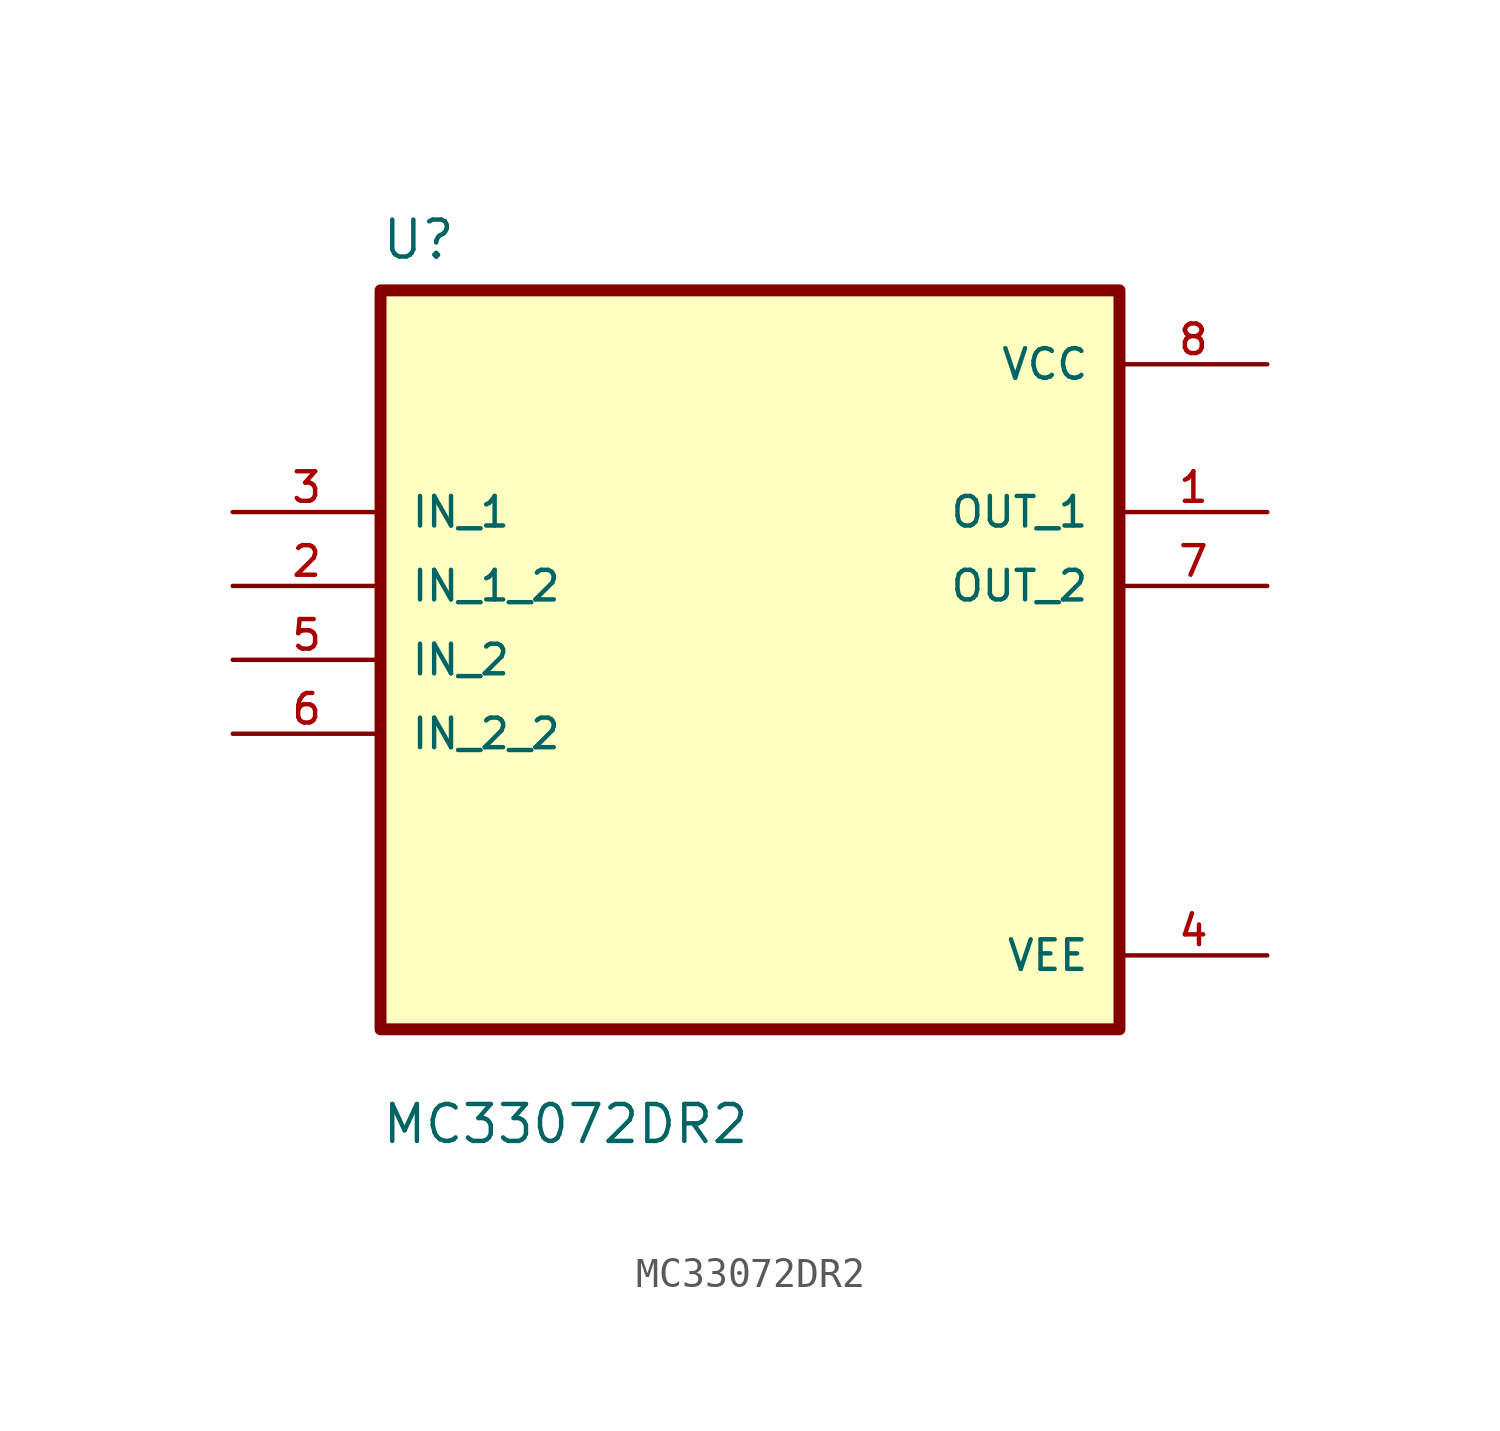
<source format=kicad_sym>
(kicad_symbol_lib
  (version 20211014)
  (generator kicad_symbol_editor)
  (symbol "MC33072DR2"
    (pin_names
      (offset 1.016))
    (property "Reference" "U"
      (at -12.7 13.7 0.0)
      (effects (font (size 1.27 1.27)) (justify bottom left)))
    (property "Value" "MC33072DR2"
      (at -12.7 -16.7 0.0)
      (effects (font (size 1.27 1.27)) (justify bottom left)))
    (symbol "MC33072DR2_0_0"
      (rectangle (start -12.7 -12.7) (end 12.7 12.7) (stroke (width 0.41)) (fill (type background)))
      (pin input line (at -17.78 5.08 0) (length 5.08) (name "IN_1" (effects (font (size 1.016 1.016)))) (number "3" (effects (font (size 1.016 1.016)))))
      (pin input line (at -17.78 2.54 0) (length 5.08) (name "IN_1_2" (effects (font (size 1.016 1.016)))) (number "2" (effects (font (size 1.016 1.016)))))
      (pin input line (at -17.78 -8.88178e-16 0) (length 5.08) (name "IN_2" (effects (font (size 1.016 1.016)))) (number "5" (effects (font (size 1.016 1.016)))))
      (pin input line (at -17.78 -2.54 0) (length 5.08) (name "IN_2_2" (effects (font (size 1.016 1.016)))) (number "6" (effects (font (size 1.016 1.016)))))
      (pin power_in line (at 17.78 10.16 180.0) (length 5.08) (name "VCC" (effects (font (size 1.016 1.016)))) (number "8" (effects (font (size 1.016 1.016)))))
      (pin output line (at 17.78 5.08 180.0) (length 5.08) (name "OUT_1" (effects (font (size 1.016 1.016)))) (number "1" (effects (font (size 1.016 1.016)))))
      (pin output line (at 17.78 2.54 180.0) (length 5.08) (name "OUT_2" (effects (font (size 1.016 1.016)))) (number "7" (effects (font (size 1.016 1.016)))))
      (pin power_in line (at 17.78 -10.16 180.0) (length 5.08) (name "VEE" (effects (font (size 1.016 1.016)))) (number "4" (effects (font (size 1.016 1.016))))))))
</source>
